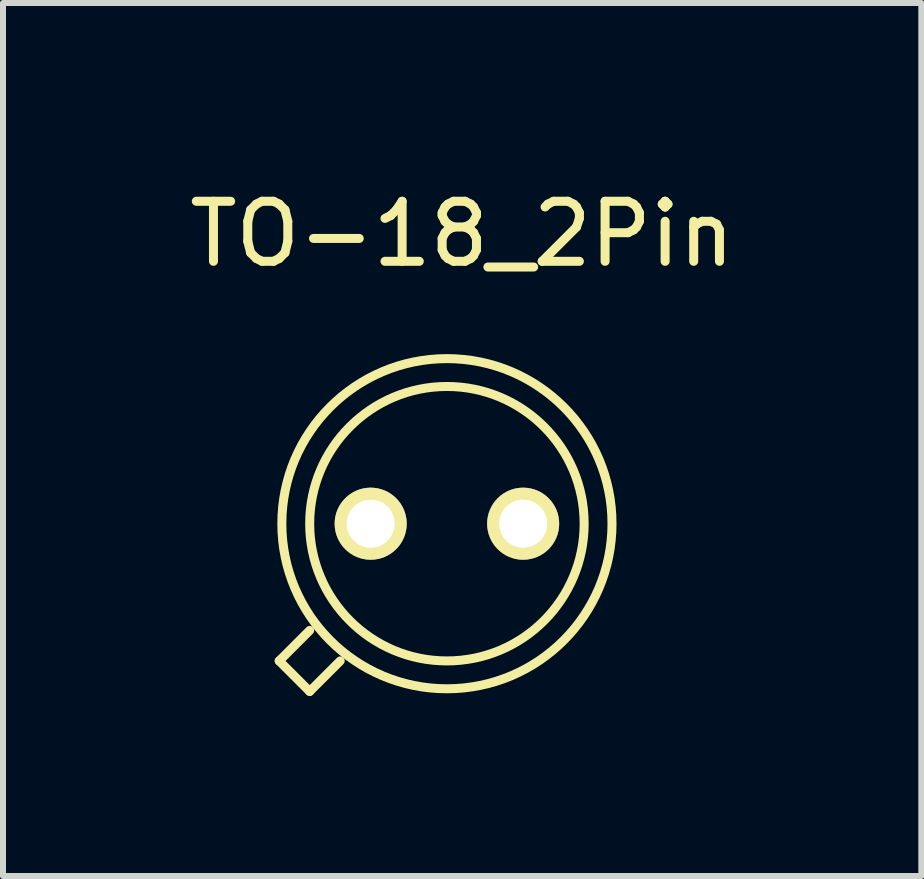
<source format=kicad_pcb>
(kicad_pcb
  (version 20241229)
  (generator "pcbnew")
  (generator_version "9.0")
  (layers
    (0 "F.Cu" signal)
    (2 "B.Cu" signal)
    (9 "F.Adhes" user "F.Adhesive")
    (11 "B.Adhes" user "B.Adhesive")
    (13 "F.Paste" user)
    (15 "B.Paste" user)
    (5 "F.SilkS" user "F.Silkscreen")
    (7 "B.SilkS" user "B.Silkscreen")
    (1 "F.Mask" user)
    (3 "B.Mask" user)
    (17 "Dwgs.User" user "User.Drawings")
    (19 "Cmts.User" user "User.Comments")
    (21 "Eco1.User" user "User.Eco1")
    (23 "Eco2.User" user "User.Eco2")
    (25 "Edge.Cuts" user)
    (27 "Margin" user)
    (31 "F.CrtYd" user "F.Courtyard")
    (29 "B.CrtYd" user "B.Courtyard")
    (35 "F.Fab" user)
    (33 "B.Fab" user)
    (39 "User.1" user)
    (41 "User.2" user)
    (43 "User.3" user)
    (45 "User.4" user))
  (footprint "TO-18_2Pin"
    (layer "F.Cu")
    (at 4.395 5.674)
    (property "Reference" "TO-18_2Pin" (at 0.254 -4.826 0) (layer "F.SilkS") (effects (font (size 1 1) (thickness 0.15))))
    (attr through_hole)
    (fp_line (start -2.794 2.286) (end -2.286 1.778) (stroke (width 0.15) (type solid)) (layer "F.SilkS"))
    (fp_line (start -2.286 2.794) (end -2.794 2.286) (stroke (width 0.15) (type solid)) (layer "F.SilkS"))
    (fp_line (start -1.778 2.286) (end -2.286 2.794) (stroke (width 0.15) (type solid)) (layer "F.SilkS"))
    (fp_circle (center 0 0) (end 2.286 0) (stroke (width 0.15) (type solid)) (fill no) (layer "F.SilkS"))
    (fp_circle (center 0 0) (end 2.75 0) (stroke (width 0.15) (type solid)) (fill no) (layer "F.SilkS"))
    (pad "1" thru_hole circle (at 1.27 0) (size 1.2 1.2) (drill 0.8) (layers "*.Cu" "*.Mask" "F.SilkS"))
    (pad "2" thru_hole circle (at -1.27 0) (size 1.2 1.2) (drill 0.8) (layers "*.Cu" "*.Mask" "F.SilkS")))
  (gr_rect
    (start -3 -3)
    (end 12.298 11.543)
    (stroke (width 0.1) (type default))
    (fill no)
    (layer "Edge.Cuts")))
</source>
